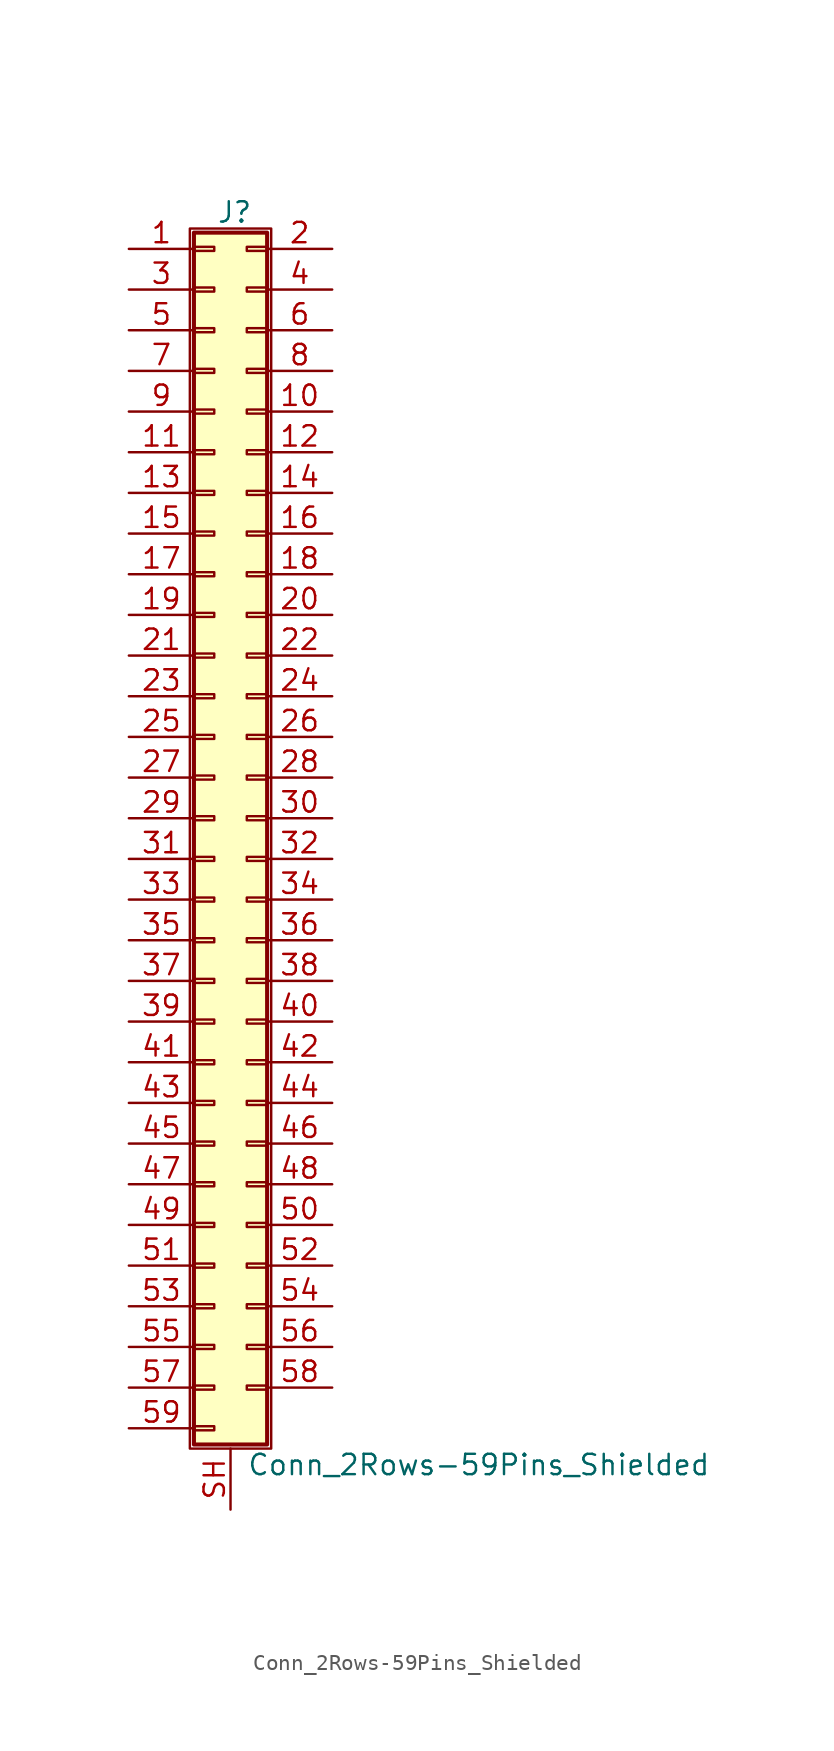
<source format=kicad_sym>
(kicad_symbol_lib
  (version 20201005)
  (generator kicad_symbol_editor)
  (symbol "Conn_2Rows-59Pins_Shielded"
    (pin_names
      (offset 1.016) hide)
    (property "Reference" "J"
      (at 1.524 37.846 0)
      (effects (font (size 1.27 1.27))))
    (property "Value" "Conn_2Rows-59Pins_Shielded"
      (at 2.286 -40.386 0)
      (effects (font (size 1.27 1.27)) (justify left)))
    (symbol "Conn_2Rows-59Pins_Shielded_1_1"
      (rectangle (start -1.27 36.83) (end 3.81 -39.37) (stroke (width 0.152)) (fill (type none)))
      (rectangle (start -1.016 -37.973) (end 0.254 -38.227) (stroke (width 0.152)) (fill (type none)))
      (rectangle (start -1.016 -35.433) (end 0.254 -35.687) (stroke (width 0.152)) (fill (type none)))
      (rectangle (start -1.016 -32.893) (end 0.254 -33.147) (stroke (width 0.152)) (fill (type none)))
      (rectangle (start -1.016 -30.353) (end 0.254 -30.607) (stroke (width 0.152)) (fill (type none)))
      (rectangle (start -1.016 -27.813) (end 0.254 -28.067) (stroke (width 0.152)) (fill (type none)))
      (rectangle (start -1.016 -25.273) (end 0.254 -25.527) (stroke (width 0.152)) (fill (type none)))
      (rectangle (start -1.016 -22.733) (end 0.254 -22.987) (stroke (width 0.152)) (fill (type none)))
      (rectangle (start -1.016 -20.193) (end 0.254 -20.447) (stroke (width 0.152)) (fill (type none)))
      (rectangle (start -1.016 -17.653) (end 0.254 -17.907) (stroke (width 0.152)) (fill (type none)))
      (rectangle (start -1.016 -15.113) (end 0.254 -15.367) (stroke (width 0.152)) (fill (type none)))
      (rectangle (start -1.016 -12.573) (end 0.254 -12.827) (stroke (width 0.152)) (fill (type none)))
      (rectangle (start -1.016 -10.033) (end 0.254 -10.287) (stroke (width 0.152)) (fill (type none)))
      (rectangle (start -1.016 -7.493) (end 0.254 -7.747) (stroke (width 0.152)) (fill (type none)))
      (rectangle (start -1.016 -4.953) (end 0.254 -5.207) (stroke (width 0.152)) (fill (type none)))
      (rectangle (start -1.016 -2.413) (end 0.254 -2.667) (stroke (width 0.152)) (fill (type none)))
      (rectangle (start -1.016 0.127) (end 0.254 -0.127) (stroke (width 0.152)) (fill (type none)))
      (rectangle (start -1.016 2.667) (end 0.254 2.413) (stroke (width 0.152)) (fill (type none)))
      (rectangle (start -1.016 5.207) (end 0.254 4.953) (stroke (width 0.152)) (fill (type none)))
      (rectangle (start -1.016 7.747) (end 0.254 7.493) (stroke (width 0.152)) (fill (type none)))
      (rectangle (start -1.016 10.287) (end 0.254 10.033) (stroke (width 0.152)) (fill (type none)))
      (rectangle (start -1.016 12.827) (end 0.254 12.573) (stroke (width 0.152)) (fill (type none)))
      (rectangle (start -1.016 15.367) (end 0.254 15.113) (stroke (width 0.152)) (fill (type none)))
      (rectangle (start -1.016 17.907) (end 0.254 17.653) (stroke (width 0.152)) (fill (type none)))
      (rectangle (start -1.016 20.447) (end 0.254 20.193) (stroke (width 0.152)) (fill (type none)))
      (rectangle (start -1.016 22.987) (end 0.254 22.733) (stroke (width 0.152)) (fill (type none)))
      (rectangle (start -1.016 25.527) (end 0.254 25.273) (stroke (width 0.152)) (fill (type none)))
      (rectangle (start -1.016 28.067) (end 0.254 27.813) (stroke (width 0.152)) (fill (type none)))
      (rectangle (start -1.016 30.607) (end 0.254 30.353) (stroke (width 0.152)) (fill (type none)))
      (rectangle (start -1.016 33.147) (end 0.254 32.893) (stroke (width 0.152)) (fill (type none)))
      (rectangle (start -1.016 35.687) (end 0.254 35.433) (stroke (width 0.152)) (fill (type none)))
      (rectangle (start -1.016 36.576) (end 3.556 -39.116) (stroke (width 0.254)) (fill (type background)))
      (rectangle (start 3.556 -35.433) (end 2.286 -35.687) (stroke (width 0.152)) (fill (type none)))
      (rectangle (start 3.556 -32.893) (end 2.286 -33.147) (stroke (width 0.152)) (fill (type none)))
      (rectangle (start 3.556 -30.353) (end 2.286 -30.607) (stroke (width 0.152)) (fill (type none)))
      (rectangle (start 3.556 -27.813) (end 2.286 -28.067) (stroke (width 0.152)) (fill (type none)))
      (rectangle (start 3.556 -25.273) (end 2.286 -25.527) (stroke (width 0.152)) (fill (type none)))
      (rectangle (start 3.556 -22.733) (end 2.286 -22.987) (stroke (width 0.152)) (fill (type none)))
      (rectangle (start 3.556 -20.193) (end 2.286 -20.447) (stroke (width 0.152)) (fill (type none)))
      (rectangle (start 3.556 -17.653) (end 2.286 -17.907) (stroke (width 0.152)) (fill (type none)))
      (rectangle (start 3.556 -15.113) (end 2.286 -15.367) (stroke (width 0.152)) (fill (type none)))
      (rectangle (start 3.556 -12.573) (end 2.286 -12.827) (stroke (width 0.152)) (fill (type none)))
      (rectangle (start 3.556 -10.033) (end 2.286 -10.287) (stroke (width 0.152)) (fill (type none)))
      (rectangle (start 3.556 -7.493) (end 2.286 -7.747) (stroke (width 0.152)) (fill (type none)))
      (rectangle (start 3.556 -4.953) (end 2.286 -5.207) (stroke (width 0.152)) (fill (type none)))
      (rectangle (start 3.556 -2.413) (end 2.286 -2.667) (stroke (width 0.152)) (fill (type none)))
      (rectangle (start 3.556 0.127) (end 2.286 -0.127) (stroke (width 0.152)) (fill (type none)))
      (rectangle (start 3.556 2.667) (end 2.286 2.413) (stroke (width 0.152)) (fill (type none)))
      (rectangle (start 3.556 5.207) (end 2.286 4.953) (stroke (width 0.152)) (fill (type none)))
      (rectangle (start 3.556 7.747) (end 2.286 7.493) (stroke (width 0.152)) (fill (type none)))
      (rectangle (start 3.556 10.287) (end 2.286 10.033) (stroke (width 0.152)) (fill (type none)))
      (rectangle (start 3.556 12.827) (end 2.286 12.573) (stroke (width 0.152)) (fill (type none)))
      (rectangle (start 3.556 15.367) (end 2.286 15.113) (stroke (width 0.152)) (fill (type none)))
      (rectangle (start 3.556 17.907) (end 2.286 17.653) (stroke (width 0.152)) (fill (type none)))
      (rectangle (start 3.556 20.447) (end 2.286 20.193) (stroke (width 0.152)) (fill (type none)))
      (rectangle (start 3.556 22.987) (end 2.286 22.733) (stroke (width 0.152)) (fill (type none)))
      (rectangle (start 3.556 25.527) (end 2.286 25.273) (stroke (width 0.152)) (fill (type none)))
      (rectangle (start 3.556 28.067) (end 2.286 27.813) (stroke (width 0.152)) (fill (type none)))
      (rectangle (start 3.556 30.607) (end 2.286 30.353) (stroke (width 0.152)) (fill (type none)))
      (rectangle (start 3.556 33.147) (end 2.286 32.893) (stroke (width 0.152)) (fill (type none)))
      (rectangle (start 3.556 35.687) (end 2.286 35.433) (stroke (width 0.152)) (fill (type none)))
      (pin passive line (at -5.08 35.56 0) (length 4.064) (name "Pin_1" (effects (font (size 1.27 1.27)))) (number "1" (effects (font (size 1.27 1.27)))))
      (pin passive line (at 7.62 25.4 180) (length 4.064) (name "Pin_10" (effects (font (size 1.27 1.27)))) (number "10" (effects (font (size 1.27 1.27)))))
      (pin passive line (at -5.08 22.86 0) (length 4.064) (name "Pin_11" (effects (font (size 1.27 1.27)))) (number "11" (effects (font (size 1.27 1.27)))))
      (pin passive line (at 7.62 22.86 180) (length 4.064) (name "Pin_12" (effects (font (size 1.27 1.27)))) (number "12" (effects (font (size 1.27 1.27)))))
      (pin passive line (at -5.08 20.32 0) (length 4.064) (name "Pin_13" (effects (font (size 1.27 1.27)))) (number "13" (effects (font (size 1.27 1.27)))))
      (pin passive line (at 7.62 20.32 180) (length 4.064) (name "Pin_14" (effects (font (size 1.27 1.27)))) (number "14" (effects (font (size 1.27 1.27)))))
      (pin passive line (at -5.08 17.78 0) (length 4.064) (name "Pin_15" (effects (font (size 1.27 1.27)))) (number "15" (effects (font (size 1.27 1.27)))))
      (pin passive line (at 7.62 17.78 180) (length 4.064) (name "Pin_16" (effects (font (size 1.27 1.27)))) (number "16" (effects (font (size 1.27 1.27)))))
      (pin passive line (at -5.08 15.24 0) (length 4.064) (name "Pin_17" (effects (font (size 1.27 1.27)))) (number "17" (effects (font (size 1.27 1.27)))))
      (pin passive line (at 7.62 15.24 180) (length 4.064) (name "Pin_18" (effects (font (size 1.27 1.27)))) (number "18" (effects (font (size 1.27 1.27)))))
      (pin passive line (at -5.08 12.7 0) (length 4.064) (name "Pin_19" (effects (font (size 1.27 1.27)))) (number "19" (effects (font (size 1.27 1.27)))))
      (pin passive line (at 7.62 35.56 180) (length 4.064) (name "Pin_2" (effects (font (size 1.27 1.27)))) (number "2" (effects (font (size 1.27 1.27)))))
      (pin passive line (at 7.62 12.7 180) (length 4.064) (name "Pin_20" (effects (font (size 1.27 1.27)))) (number "20" (effects (font (size 1.27 1.27)))))
      (pin passive line (at -5.08 10.16 0) (length 4.064) (name "Pin_21" (effects (font (size 1.27 1.27)))) (number "21" (effects (font (size 1.27 1.27)))))
      (pin passive line (at 7.62 10.16 180) (length 4.064) (name "Pin_22" (effects (font (size 1.27 1.27)))) (number "22" (effects (font (size 1.27 1.27)))))
      (pin passive line (at -5.08 7.62 0) (length 4.064) (name "Pin_23" (effects (font (size 1.27 1.27)))) (number "23" (effects (font (size 1.27 1.27)))))
      (pin passive line (at 7.62 7.62 180) (length 4.064) (name "Pin_24" (effects (font (size 1.27 1.27)))) (number "24" (effects (font (size 1.27 1.27)))))
      (pin passive line (at -5.08 5.08 0) (length 4.064) (name "Pin_25" (effects (font (size 1.27 1.27)))) (number "25" (effects (font (size 1.27 1.27)))))
      (pin passive line (at 7.62 5.08 180) (length 4.064) (name "Pin_26" (effects (font (size 1.27 1.27)))) (number "26" (effects (font (size 1.27 1.27)))))
      (pin passive line (at -5.08 2.54 0) (length 4.064) (name "Pin_27" (effects (font (size 1.27 1.27)))) (number "27" (effects (font (size 1.27 1.27)))))
      (pin passive line (at 7.62 2.54 180) (length 4.064) (name "Pin_28" (effects (font (size 1.27 1.27)))) (number "28" (effects (font (size 1.27 1.27)))))
      (pin passive line (at -5.08 0 0) (length 4.064) (name "Pin_29" (effects (font (size 1.27 1.27)))) (number "29" (effects (font (size 1.27 1.27)))))
      (pin passive line (at -5.08 33.02 0) (length 4.064) (name "Pin_3" (effects (font (size 1.27 1.27)))) (number "3" (effects (font (size 1.27 1.27)))))
      (pin passive line (at 7.62 0 180) (length 4.064) (name "Pin_30" (effects (font (size 1.27 1.27)))) (number "30" (effects (font (size 1.27 1.27)))))
      (pin passive line (at -5.08 -2.54 0) (length 4.064) (name "Pin_31" (effects (font (size 1.27 1.27)))) (number "31" (effects (font (size 1.27 1.27)))))
      (pin passive line (at 7.62 -2.54 180) (length 4.064) (name "Pin_32" (effects (font (size 1.27 1.27)))) (number "32" (effects (font (size 1.27 1.27)))))
      (pin passive line (at -5.08 -5.08 0) (length 4.064) (name "Pin_33" (effects (font (size 1.27 1.27)))) (number "33" (effects (font (size 1.27 1.27)))))
      (pin passive line (at 7.62 -5.08 180) (length 4.064) (name "Pin_34" (effects (font (size 1.27 1.27)))) (number "34" (effects (font (size 1.27 1.27)))))
      (pin passive line (at -5.08 -7.62 0) (length 4.064) (name "Pin_35" (effects (font (size 1.27 1.27)))) (number "35" (effects (font (size 1.27 1.27)))))
      (pin passive line (at 7.62 -7.62 180) (length 4.064) (name "Pin_36" (effects (font (size 1.27 1.27)))) (number "36" (effects (font (size 1.27 1.27)))))
      (pin passive line (at -5.08 -10.16 0) (length 4.064) (name "Pin_37" (effects (font (size 1.27 1.27)))) (number "37" (effects (font (size 1.27 1.27)))))
      (pin passive line (at 7.62 -10.16 180) (length 4.064) (name "Pin_38" (effects (font (size 1.27 1.27)))) (number "38" (effects (font (size 1.27 1.27)))))
      (pin passive line (at -5.08 -12.7 0) (length 4.064) (name "Pin_39" (effects (font (size 1.27 1.27)))) (number "39" (effects (font (size 1.27 1.27)))))
      (pin passive line (at 7.62 33.02 180) (length 4.064) (name "Pin_4" (effects (font (size 1.27 1.27)))) (number "4" (effects (font (size 1.27 1.27)))))
      (pin passive line (at 7.62 -12.7 180) (length 4.064) (name "Pin_40" (effects (font (size 1.27 1.27)))) (number "40" (effects (font (size 1.27 1.27)))))
      (pin passive line (at -5.08 -15.24 0) (length 4.064) (name "Pin_41" (effects (font (size 1.27 1.27)))) (number "41" (effects (font (size 1.27 1.27)))))
      (pin passive line (at 7.62 -15.24 180) (length 4.064) (name "Pin_42" (effects (font (size 1.27 1.27)))) (number "42" (effects (font (size 1.27 1.27)))))
      (pin passive line (at -5.08 -17.78 0) (length 4.064) (name "Pin_43" (effects (font (size 1.27 1.27)))) (number "43" (effects (font (size 1.27 1.27)))))
      (pin passive line (at 7.62 -17.78 180) (length 4.064) (name "Pin_44" (effects (font (size 1.27 1.27)))) (number "44" (effects (font (size 1.27 1.27)))))
      (pin passive line (at -5.08 -20.32 0) (length 4.064) (name "Pin_45" (effects (font (size 1.27 1.27)))) (number "45" (effects (font (size 1.27 1.27)))))
      (pin passive line (at 7.62 -20.32 180) (length 4.064) (name "Pin_46" (effects (font (size 1.27 1.27)))) (number "46" (effects (font (size 1.27 1.27)))))
      (pin passive line (at -5.08 -22.86 0) (length 4.064) (name "Pin_47" (effects (font (size 1.27 1.27)))) (number "47" (effects (font (size 1.27 1.27)))))
      (pin passive line (at 7.62 -22.86 180) (length 4.064) (name "Pin_48" (effects (font (size 1.27 1.27)))) (number "48" (effects (font (size 1.27 1.27)))))
      (pin passive line (at -5.08 -25.4 0) (length 4.064) (name "Pin_49" (effects (font (size 1.27 1.27)))) (number "49" (effects (font (size 1.27 1.27)))))
      (pin passive line (at -5.08 30.48 0) (length 4.064) (name "Pin_5" (effects (font (size 1.27 1.27)))) (number "5" (effects (font (size 1.27 1.27)))))
      (pin passive line (at 7.62 -25.4 180) (length 4.064) (name "Pin_50" (effects (font (size 1.27 1.27)))) (number "50" (effects (font (size 1.27 1.27)))))
      (pin passive line (at -5.08 -27.94 0) (length 4.064) (name "Pin_51" (effects (font (size 1.27 1.27)))) (number "51" (effects (font (size 1.27 1.27)))))
      (pin passive line (at 7.62 -27.94 180) (length 4.064) (name "Pin_52" (effects (font (size 1.27 1.27)))) (number "52" (effects (font (size 1.27 1.27)))))
      (pin passive line (at -5.08 -30.48 0) (length 4.064) (name "Pin_53" (effects (font (size 1.27 1.27)))) (number "53" (effects (font (size 1.27 1.27)))))
      (pin passive line (at 7.62 -30.48 180) (length 4.064) (name "Pin_54" (effects (font (size 1.27 1.27)))) (number "54" (effects (font (size 1.27 1.27)))))
      (pin passive line (at -5.08 -33.02 0) (length 4.064) (name "Pin_55" (effects (font (size 1.27 1.27)))) (number "55" (effects (font (size 1.27 1.27)))))
      (pin passive line (at 7.62 -33.02 180) (length 4.064) (name "Pin_56" (effects (font (size 1.27 1.27)))) (number "56" (effects (font (size 1.27 1.27)))))
      (pin passive line (at -5.08 -35.56 0) (length 4.064) (name "Pin_57" (effects (font (size 1.27 1.27)))) (number "57" (effects (font (size 1.27 1.27)))))
      (pin passive line (at 7.62 -35.56 180) (length 4.064) (name "Pin_58" (effects (font (size 1.27 1.27)))) (number "58" (effects (font (size 1.27 1.27)))))
      (pin passive line (at -5.08 -38.1 0) (length 4.064) (name "Pin_59" (effects (font (size 1.27 1.27)))) (number "59" (effects (font (size 1.27 1.27)))))
      (pin passive line (at 7.62 30.48 180) (length 4.064) (name "Pin_6" (effects (font (size 1.27 1.27)))) (number "6" (effects (font (size 1.27 1.27)))))
      (pin passive line (at -5.08 27.94 0) (length 4.064) (name "Pin_7" (effects (font (size 1.27 1.27)))) (number "7" (effects (font (size 1.27 1.27)))))
      (pin passive line (at 7.62 27.94 180) (length 4.064) (name "Pin_8" (effects (font (size 1.27 1.27)))) (number "8" (effects (font (size 1.27 1.27)))))
      (pin passive line (at -5.08 25.4 0) (length 4.064) (name "Pin_9" (effects (font (size 1.27 1.27)))) (number "9" (effects (font (size 1.27 1.27)))))
      (pin passive line (at 1.27 -43.18 90) (length 3.81) (name "Shield" (effects (font (size 1.27 1.27)))) (number "SH" (effects (font (size 1.27 1.27))))))))
</source>
